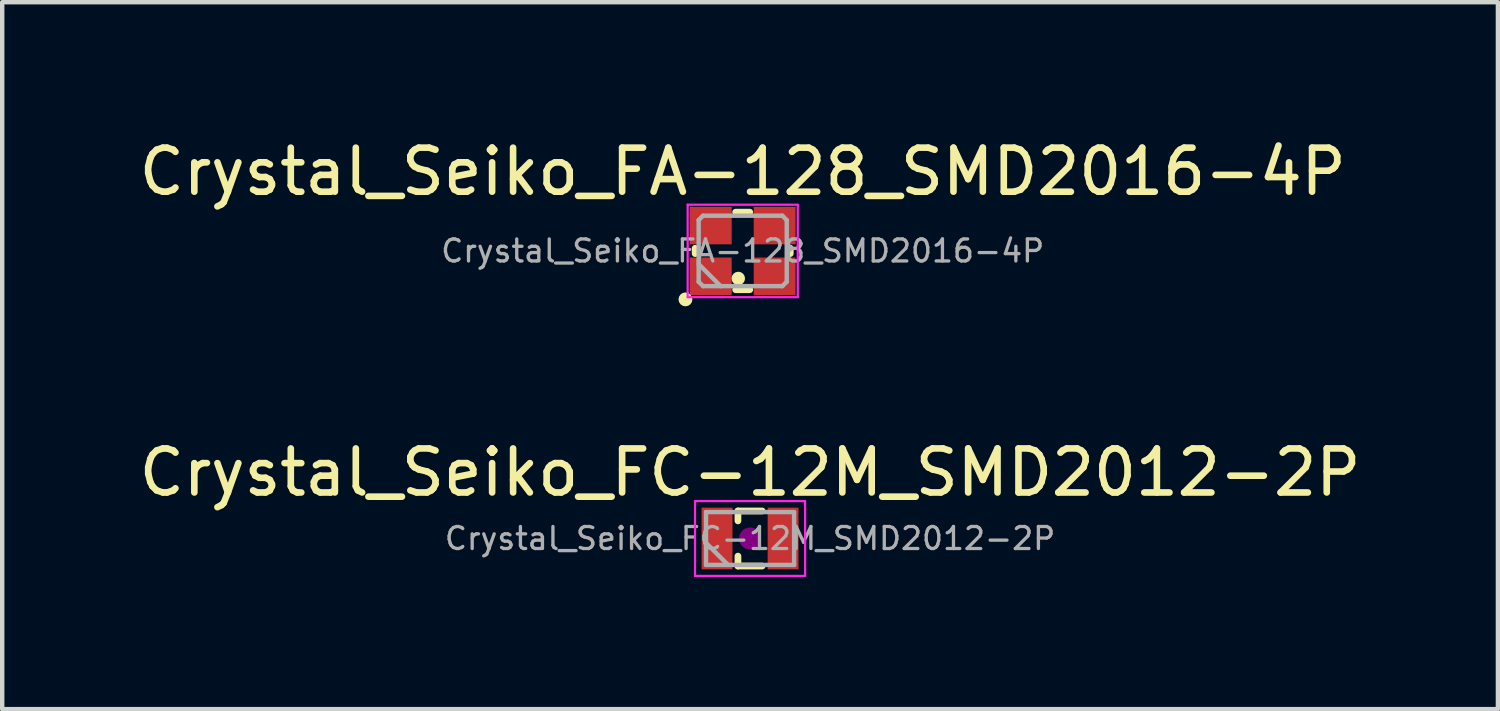
<source format=kicad_pcb>
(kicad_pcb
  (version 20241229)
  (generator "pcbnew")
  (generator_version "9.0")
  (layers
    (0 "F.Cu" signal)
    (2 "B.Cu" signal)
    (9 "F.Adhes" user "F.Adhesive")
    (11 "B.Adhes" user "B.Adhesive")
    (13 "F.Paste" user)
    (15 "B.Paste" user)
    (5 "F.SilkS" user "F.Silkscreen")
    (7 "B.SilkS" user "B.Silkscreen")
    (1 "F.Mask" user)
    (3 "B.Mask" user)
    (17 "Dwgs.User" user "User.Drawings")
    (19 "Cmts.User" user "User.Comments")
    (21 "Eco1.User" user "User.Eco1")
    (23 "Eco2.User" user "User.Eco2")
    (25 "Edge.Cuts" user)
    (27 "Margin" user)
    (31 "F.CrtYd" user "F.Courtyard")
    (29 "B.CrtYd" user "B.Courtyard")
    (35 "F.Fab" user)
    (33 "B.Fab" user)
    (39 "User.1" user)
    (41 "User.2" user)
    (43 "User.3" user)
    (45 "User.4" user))
  (footprint "Crystal_Seiko_FC-12M_SMD2012-2P"
    (layer "F.Cu")
    (at 13.982 9.178)
    (property "Reference" "Crystal_Seiko_FC-12M_SMD2012-2P" (at 0 -1.5 0) (layer "F.SilkS") (effects (font (size 1 1) (thickness 0.15))))
    (attr smd)
    (fp_line (start -0.275 -0.625) (end -0.275 -0.4) (stroke (width 0.153) (type solid)) (layer "F.SilkS"))
    (fp_line (start -0.275 0.4) (end -0.275 0.625) (stroke (width 0.153) (type solid)) (layer "F.SilkS"))
    (fp_line (start -0.275 0.625) (end 0.275 0.625) (stroke (width 0.153) (type solid)) (layer "F.SilkS"))
    (fp_line (start 0.275 -0.625) (end -0.275 -0.625) (stroke (width 0.153) (type solid)) (layer "F.SilkS"))
    (fp_circle (center 0 0) (end 0.047 0) (stroke (width 0.093) (type solid)) (fill no) (layer "F.Adhes"))
    (fp_circle (center 0 0) (end 0.107 0) (stroke (width 0.067) (type solid)) (fill no) (layer "F.Adhes"))
    (fp_circle (center 0 0) (end 0.167 0) (stroke (width 0.067) (type solid)) (fill no) (layer "F.Adhes"))
    (fp_circle (center 0 0) (end 0.2 0) (stroke (width 0.1) (type solid)) (fill no) (layer "F.Adhes"))
    (fp_line (start -1.25 -0.85) (end -1.25 0.85) (stroke (width 0.05) (type solid)) (layer "F.CrtYd"))
    (fp_line (start -1.25 0.85) (end 1.25 0.85) (stroke (width 0.05) (type solid)) (layer "F.CrtYd"))
    (fp_line (start 1.25 -0.85) (end -1.25 -0.85) (stroke (width 0.05) (type solid)) (layer "F.CrtYd"))
    (fp_line (start 1.25 0.85) (end 1.25 -0.85) (stroke (width 0.05) (type solid)) (layer "F.CrtYd"))
    (fp_line (start -1 -0.6) (end -1 0.6) (stroke (width 0.1) (type solid)) (layer "F.Fab"))
    (fp_line (start -1 0.1) (end -0.5 0.6) (stroke (width 0.1) (type solid)) (layer "F.Fab"))
    (fp_line (start -1 0.6) (end 1 0.6) (stroke (width 0.1) (type solid)) (layer "F.Fab"))
    (fp_line (start 1 -0.6) (end -1 -0.6) (stroke (width 0.1) (type solid)) (layer "F.Fab"))
    (fp_line (start 1 0.6) (end 1 -0.6) (stroke (width 0.1) (type solid)) (layer "F.Fab"))
    (fp_text user "${REFERENCE}" (at 0 0 0) (layer "F.Fab") (effects (font (size 0.5 0.5) (thickness 0.075))))
    (pad "1" smd rect (at -0.75 0) (size 0.7 1.4) (layers "F.Cu" "F.Mask" "F.Paste"))
    (pad "2" smd rect (at 0.75 0) (size 0.7 1.4) (layers "F.Cu" "F.Mask" "F.Paste")))
  (footprint "Crystal_Seiko_FA-128_SMD2016-4P"
    (layer "F.Cu")
    (at 13.815 2.648)
    (property "Reference" "Crystal_Seiko_FA-128_SMD2016-4P" (at 0 -1.8 0) (layer "F.SilkS") (effects (font (size 1 1) (thickness 0.15))))
    (attr smd)
    (fp_line (start -1.08 -0.06) (end -1.08 0.06) (stroke (width 0.153) (type solid)) (layer "F.SilkS"))
    (fp_line (start -0.16 -0.88) (end 0.16 -0.88) (stroke (width 0.153) (type solid)) (layer "F.SilkS"))
    (fp_line (start -0.16 0.88) (end 0.16 0.88) (stroke (width 0.153) (type solid)) (layer "F.SilkS"))
    (fp_line (start 1.08 -0.06) (end 1.08 0.06) (stroke (width 0.153) (type solid)) (layer "F.SilkS"))
    (fp_circle (center -1.3 1.1) (end -1.295 1.1) (stroke (width 0.153) (type solid)) (fill no) (layer "F.SilkS"))
    (fp_circle (center -0.1 0.625) (end -0.1 0.625) (stroke (width 0.153) (type solid)) (fill no) (layer "F.SilkS"))
    (fp_line (start -1.25 -1.05) (end -1.25 1.05) (stroke (width 0.05) (type solid)) (layer "F.CrtYd"))
    (fp_line (start -1.25 1.05) (end 1.25 1.05) (stroke (width 0.05) (type solid)) (layer "F.CrtYd"))
    (fp_line (start 1.25 -1.05) (end -1.25 -1.05) (stroke (width 0.05) (type solid)) (layer "F.CrtYd"))
    (fp_line (start 1.25 1.05) (end 1.25 -1.05) (stroke (width 0.05) (type solid)) (layer "F.CrtYd"))
    (fp_line (start -1 -0.7) (end -0.9 -0.8) (stroke (width 0.1) (type solid)) (layer "F.Fab"))
    (fp_line (start -1 0.3) (end -0.5 0.8) (stroke (width 0.1) (type solid)) (layer "F.Fab"))
    (fp_line (start -1 0.7) (end -1 -0.7) (stroke (width 0.1) (type solid)) (layer "F.Fab"))
    (fp_line (start -0.9 -0.8) (end 0.9 -0.8) (stroke (width 0.1) (type solid)) (layer "F.Fab"))
    (fp_line (start -0.9 0.8) (end -1 0.7) (stroke (width 0.1) (type solid)) (layer "F.Fab"))
    (fp_line (start 0.9 -0.8) (end 1 -0.7) (stroke (width 0.1) (type solid)) (layer "F.Fab"))
    (fp_line (start 0.9 0.8) (end -0.9 0.8) (stroke (width 0.1) (type solid)) (layer "F.Fab"))
    (fp_line (start 1 -0.7) (end 1 0.7) (stroke (width 0.1) (type solid)) (layer "F.Fab"))
    (fp_line (start 1 0.7) (end 0.9 0.8) (stroke (width 0.1) (type solid)) (layer "F.Fab"))
    (fp_text user "${REFERENCE}" (at 0 0 0) (layer "F.Fab") (effects (font (size 0.5 0.5) (thickness 0.075))))
    (pad "1" smd rect (at -0.725 0.575) (size 0.95 0.85) (layers "F.Cu" "F.Mask" "F.Paste"))
    (pad "2" smd rect (at 0.725 0.575) (size 0.95 0.85) (layers "F.Cu" "F.Mask" "F.Paste"))
    (pad "3" smd rect (at 0.725 -0.575) (size 0.95 0.85) (layers "F.Cu" "F.Mask" "F.Paste"))
    (pad "4" smd rect (at -0.725 -0.575) (size 0.95 0.85) (layers "F.Cu" "F.Mask" "F.Paste")))
  (gr_rect
    (start -3 -3)
    (end 30.964 13.053)
    (stroke (width 0.1) (type default))
    (fill no)
    (layer "Edge.Cuts")))
</source>
